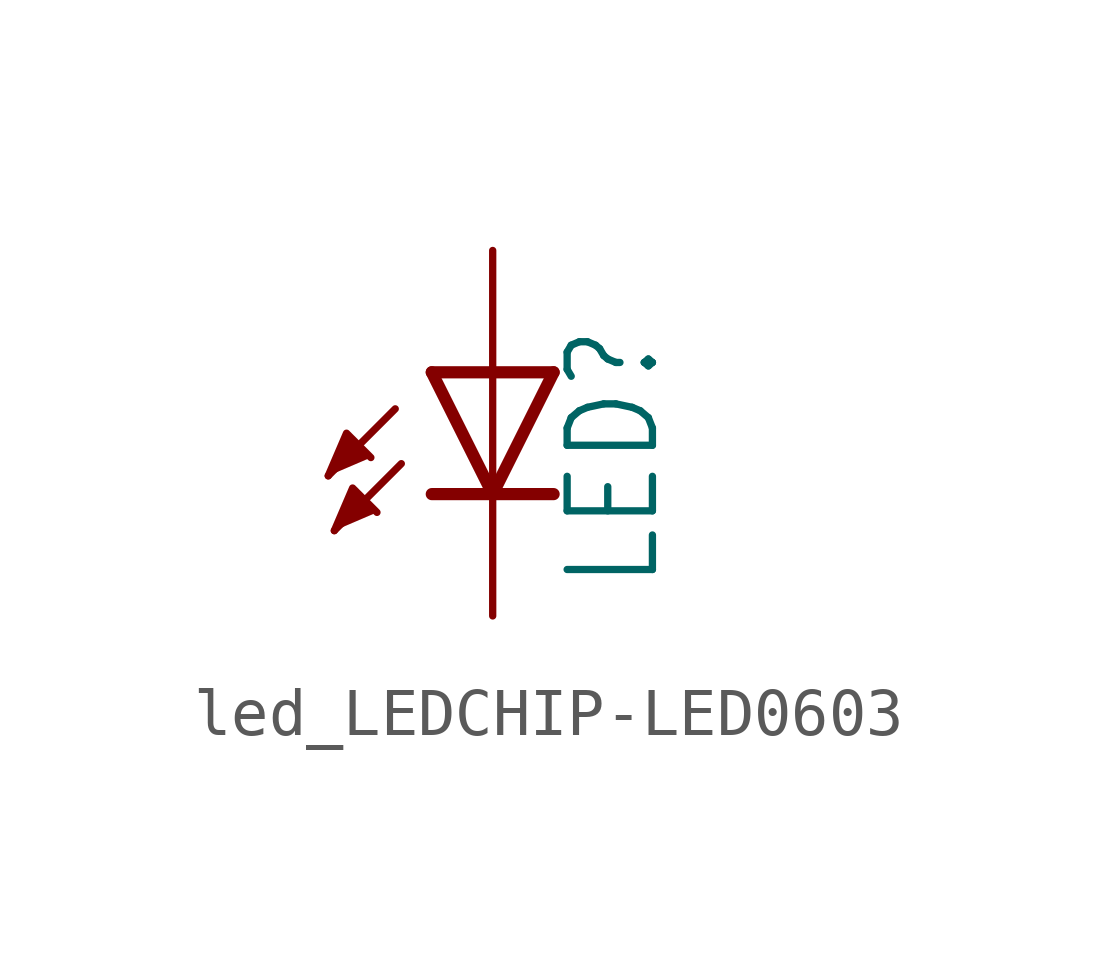
<source format=kicad_sym>
(kicad_symbol_lib
  (version 20231120)
  (generator "kicad_symbol_editor")
  (generator_version "8.0")
  (symbol "led_LEDCHIP-LED0603"
    (property "Reference" "LED"
      (at 3.556 -4.572 90)
      (effects (font (size 1.778 1.511)) (justify left bottom)))
    (property "Value" ""
      (at 5.715 -4.572 90)
      (effects (font (size 1.778 1.511)) (justify left bottom)))
    (property "ki_locked" ""
      (at 0 0 0)
      (effects (font (size 1.27 1.27))))
    (symbol "led_LEDCHIP-LED0603_1_0"
      (polyline (pts (xy -2.032 -0.762) (xy -3.429 -2.159)) (stroke (width 0.152) (type solid)) (fill (type none)))
      (polyline (pts (xy -1.905 -1.905) (xy -3.302 -3.302)) (stroke (width 0.152) (type solid)) (fill (type none)))
      (polyline (pts (xy 0 -2.54) (xy -1.27 -2.54)) (stroke (width 0.254) (type solid)) (fill (type none)))
      (polyline (pts (xy 0 -2.54) (xy -1.27 0)) (stroke (width 0.254) (type solid)) (fill (type none)))
      (polyline (pts (xy 0 0) (xy -1.27 0)) (stroke (width 0.254) (type solid)) (fill (type none)))
      (polyline (pts (xy 0 0) (xy 0 -2.54)) (stroke (width 0.152) (type solid)) (fill (type none)))
      (polyline (pts (xy 1.27 -2.54) (xy 0 -2.54)) (stroke (width 0.254) (type solid)) (fill (type none)))
      (polyline (pts (xy 1.27 0) (xy 0 -2.54)) (stroke (width 0.254) (type solid)) (fill (type none)))
      (polyline (pts (xy 1.27 0) (xy 0 0)) (stroke (width 0.254) (type solid)) (fill (type none)))
      (polyline (pts (xy -3.429 -2.159) (xy -3.048 -1.27) (xy -2.54 -1.778)) (stroke (width 0.152) (type solid)) (fill (type outline)))
      (polyline (pts (xy -3.302 -3.302) (xy -2.921 -2.413) (xy -2.413 -2.921)) (stroke (width 0.152) (type solid)) (fill (type outline)))
      (pin passive line (at 0 2.54 270) (length 2.54) (name "A" (effects (font (size 0 0)))) (number "A" (effects (font (size 0 0)))))
      (pin passive line (at 0 -5.08 90) (length 2.54) (name "C" (effects (font (size 0 0)))) (number "C" (effects (font (size 0 0))))))))
</source>
